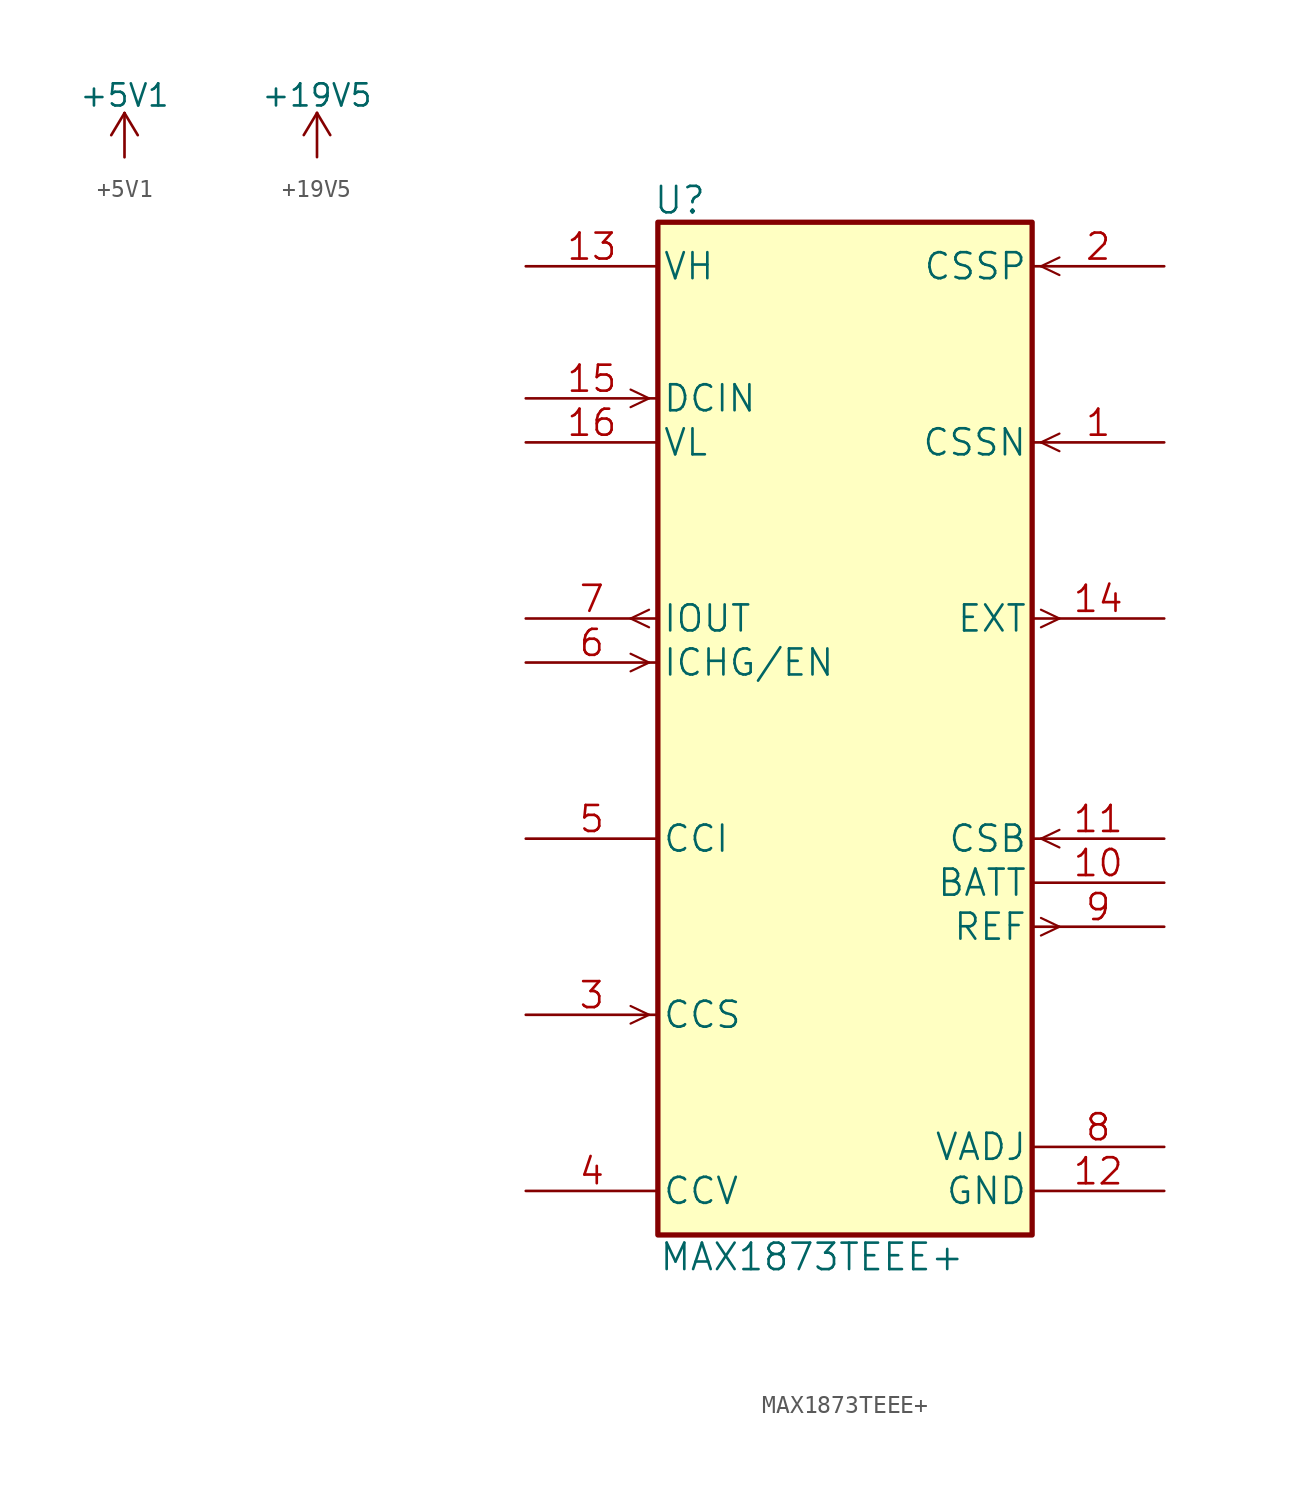
<source format=kicad_sym>
(kicad_symbol_lib
  (version 20211014)
  (generator kicad_symbol_editor)
  (symbol "+5V1"
    (power)
    (pin_names
      (offset 0))
    (property "Reference" "#PWR"
      (at 0 -3.81 0)
      (effects (font (size 1.27 1.27)) hide))
    (property "Value" "+5V1"
      (at 0 3.556 0)
      (effects (font (size 1.27 1.27))))
    (symbol "+5V1_0_1"
      (polyline (pts (xy -0.762 1.27) (xy 0 2.54)) (stroke (width 0) (type default) (color 0 0 0 0)) (fill (type none)))
      (polyline (pts (xy 0 0) (xy 0 2.54)) (stroke (width 0) (type default) (color 0 0 0 0)) (fill (type none)))
      (polyline (pts (xy 0 2.54) (xy 0.762 1.27)) (stroke (width 0) (type default) (color 0 0 0 0)) (fill (type none))))
    (symbol "+5V1_1_1"
      (pin power_in line (at 0 0 90) (length 0) hide (name "+5V1" (effects (font (size 1.27 1.27)))) (number "1" (effects (font (size 1.27 1.27)))))))
  (symbol "+19V5"
    (power)
    (pin_names
      (offset 0))
    (property "Reference" "#PWR"
      (at 0 -3.81 0)
      (effects (font (size 1.27 1.27)) hide))
    (property "Value" "+19V5"
      (at 0 3.556 0)
      (effects (font (size 1.27 1.27))))
    (symbol "+19V5_0_1"
      (polyline (pts (xy -0.762 1.27) (xy 0 2.54)) (stroke (width 0) (type default) (color 0 0 0 0)) (fill (type none)))
      (polyline (pts (xy 0 0) (xy 0 2.54)) (stroke (width 0) (type default) (color 0 0 0 0)) (fill (type none)))
      (polyline (pts (xy 0 2.54) (xy 0.762 1.27)) (stroke (width 0) (type default) (color 0 0 0 0)) (fill (type none))))
    (symbol "+19V5_1_1"
      (pin power_in line (at 0 0 90) (length 0) hide (name "+19V5" (effects (font (size 1.27 1.27)))) (number "1" (effects (font (size 1.27 1.27)))))))
  (symbol "MAX1873TEEE+"
    (pin_names
      (offset 0.254))
    (property "Reference" "U"
      (at 21.59 46.99 0)
      (effects (font (size 1.524 1.524))))
    (property "Value" "MAX1873TEEE+"
      (at 29.21 -13.97 0)
      (effects (font (size 1.524 1.524))))
    (symbol "MAX1873TEEE+_0_1"
      (rectangle (start 20.32 45.72) (end 41.91 -12.7) (stroke (width 0.305) (type default) (color 0 0 0 0)) (fill (type background))))
    (symbol "MAX1873TEEE+_1_1"
      (polyline (pts (xy 19.812 0) (xy 18.745 -0.508)) (stroke (width 0.127) (type default) (color 0 0 0 0)) (fill (type none)))
      (polyline (pts (xy 19.812 0) (xy 18.745 0.508)) (stroke (width 0.127) (type default) (color 0 0 0 0)) (fill (type none)))
      (polyline (pts (xy 19.812 20.32) (xy 18.745 19.812)) (stroke (width 0.127) (type default) (color 0 0 0 0)) (fill (type none)))
      (polyline (pts (xy 19.812 20.32) (xy 18.745 20.828)) (stroke (width 0.127) (type default) (color 0 0 0 0)) (fill (type none)))
      (polyline (pts (xy 19.812 22.352) (xy 18.745 22.86)) (stroke (width 0.127) (type default) (color 0 0 0 0)) (fill (type none)))
      (polyline (pts (xy 19.812 23.368) (xy 18.745 22.86)) (stroke (width 0.127) (type default) (color 0 0 0 0)) (fill (type none)))
      (polyline (pts (xy 19.812 35.56) (xy 18.745 35.052)) (stroke (width 0.127) (type default) (color 0 0 0 0)) (fill (type none)))
      (polyline (pts (xy 19.812 35.56) (xy 18.745 36.068)) (stroke (width 0.127) (type default) (color 0 0 0 0)) (fill (type none)))
      (polyline (pts (xy 42.418 4.572) (xy 43.485 5.08)) (stroke (width 0.127) (type default) (color 0 0 0 0)) (fill (type none)))
      (polyline (pts (xy 42.418 5.588) (xy 43.485 5.08)) (stroke (width 0.127) (type default) (color 0 0 0 0)) (fill (type none)))
      (polyline (pts (xy 42.418 10.16) (xy 43.485 9.652)) (stroke (width 0.127) (type default) (color 0 0 0 0)) (fill (type none)))
      (polyline (pts (xy 42.418 10.16) (xy 43.485 10.668)) (stroke (width 0.127) (type default) (color 0 0 0 0)) (fill (type none)))
      (polyline (pts (xy 42.418 22.352) (xy 43.485 22.86)) (stroke (width 0.127) (type default) (color 0 0 0 0)) (fill (type none)))
      (polyline (pts (xy 42.418 23.368) (xy 43.485 22.86)) (stroke (width 0.127) (type default) (color 0 0 0 0)) (fill (type none)))
      (polyline (pts (xy 42.418 33.02) (xy 43.485 32.512)) (stroke (width 0.127) (type default) (color 0 0 0 0)) (fill (type none)))
      (polyline (pts (xy 42.418 33.02) (xy 43.485 33.528)) (stroke (width 0.127) (type default) (color 0 0 0 0)) (fill (type none)))
      (polyline (pts (xy 42.418 43.18) (xy 43.485 42.672)) (stroke (width 0.127) (type default) (color 0 0 0 0)) (fill (type none)))
      (polyline (pts (xy 42.418 43.18) (xy 43.485 43.688)) (stroke (width 0.127) (type default) (color 0 0 0 0)) (fill (type none)))
      (pin input line (at 49.53 33.02 180) (length 7.62) (name "CSSN" (effects (font (size 1.499 1.499)))) (number "1" (effects (font (size 1.499 1.499)))))
      (pin power_in line (at 49.53 7.62 180) (length 7.62) (name "BATT" (effects (font (size 1.499 1.499)))) (number "10" (effects (font (size 1.499 1.499)))))
      (pin input line (at 49.53 10.16 180) (length 7.62) (name "CSB" (effects (font (size 1.499 1.499)))) (number "11" (effects (font (size 1.499 1.499)))))
      (pin power_in line (at 49.53 -10.16 180) (length 7.62) (name "GND" (effects (font (size 1.499 1.499)))) (number "12" (effects (font (size 1.499 1.499)))))
      (pin unspecified line (at 12.7 43.18 0) (length 7.62) (name "VH" (effects (font (size 1.499 1.499)))) (number "13" (effects (font (size 1.499 1.499)))))
      (pin output line (at 49.53 22.86 180) (length 7.62) (name "EXT" (effects (font (size 1.499 1.499)))) (number "14" (effects (font (size 1.499 1.499)))))
      (pin input line (at 12.7 35.56 0) (length 7.62) (name "DCIN" (effects (font (size 1.499 1.499)))) (number "15" (effects (font (size 1.499 1.499)))))
      (pin power_in line (at 12.7 33.02 0) (length 7.62) (name "VL" (effects (font (size 1.499 1.499)))) (number "16" (effects (font (size 1.499 1.499)))))
      (pin input line (at 49.53 43.18 180) (length 7.62) (name "CSSP" (effects (font (size 1.499 1.499)))) (number "2" (effects (font (size 1.499 1.499)))))
      (pin input line (at 12.7 0 0) (length 7.62) (name "CCS" (effects (font (size 1.499 1.499)))) (number "3" (effects (font (size 1.499 1.499)))))
      (pin power_in line (at 12.7 -10.16 0) (length 7.62) (name "CCV" (effects (font (size 1.499 1.499)))) (number "4" (effects (font (size 1.499 1.499)))))
      (pin unspecified line (at 12.7 10.16 0) (length 7.62) (name "CCI" (effects (font (size 1.499 1.499)))) (number "5" (effects (font (size 1.499 1.499)))))
      (pin input line (at 12.7 20.32 0) (length 7.62) (name "ICHG/EN" (effects (font (size 1.499 1.499)))) (number "6" (effects (font (size 1.499 1.499)))))
      (pin output line (at 12.7 22.86 0) (length 7.62) (name "IOUT" (effects (font (size 1.499 1.499)))) (number "7" (effects (font (size 1.499 1.499)))))
      (pin power_in line (at 49.53 -7.62 180) (length 7.62) (name "VADJ" (effects (font (size 1.499 1.499)))) (number "8" (effects (font (size 1.499 1.499)))))
      (pin output line (at 49.53 5.08 180) (length 7.62) (name "REF" (effects (font (size 1.499 1.499)))) (number "9" (effects (font (size 1.499 1.499))))))))
</source>
